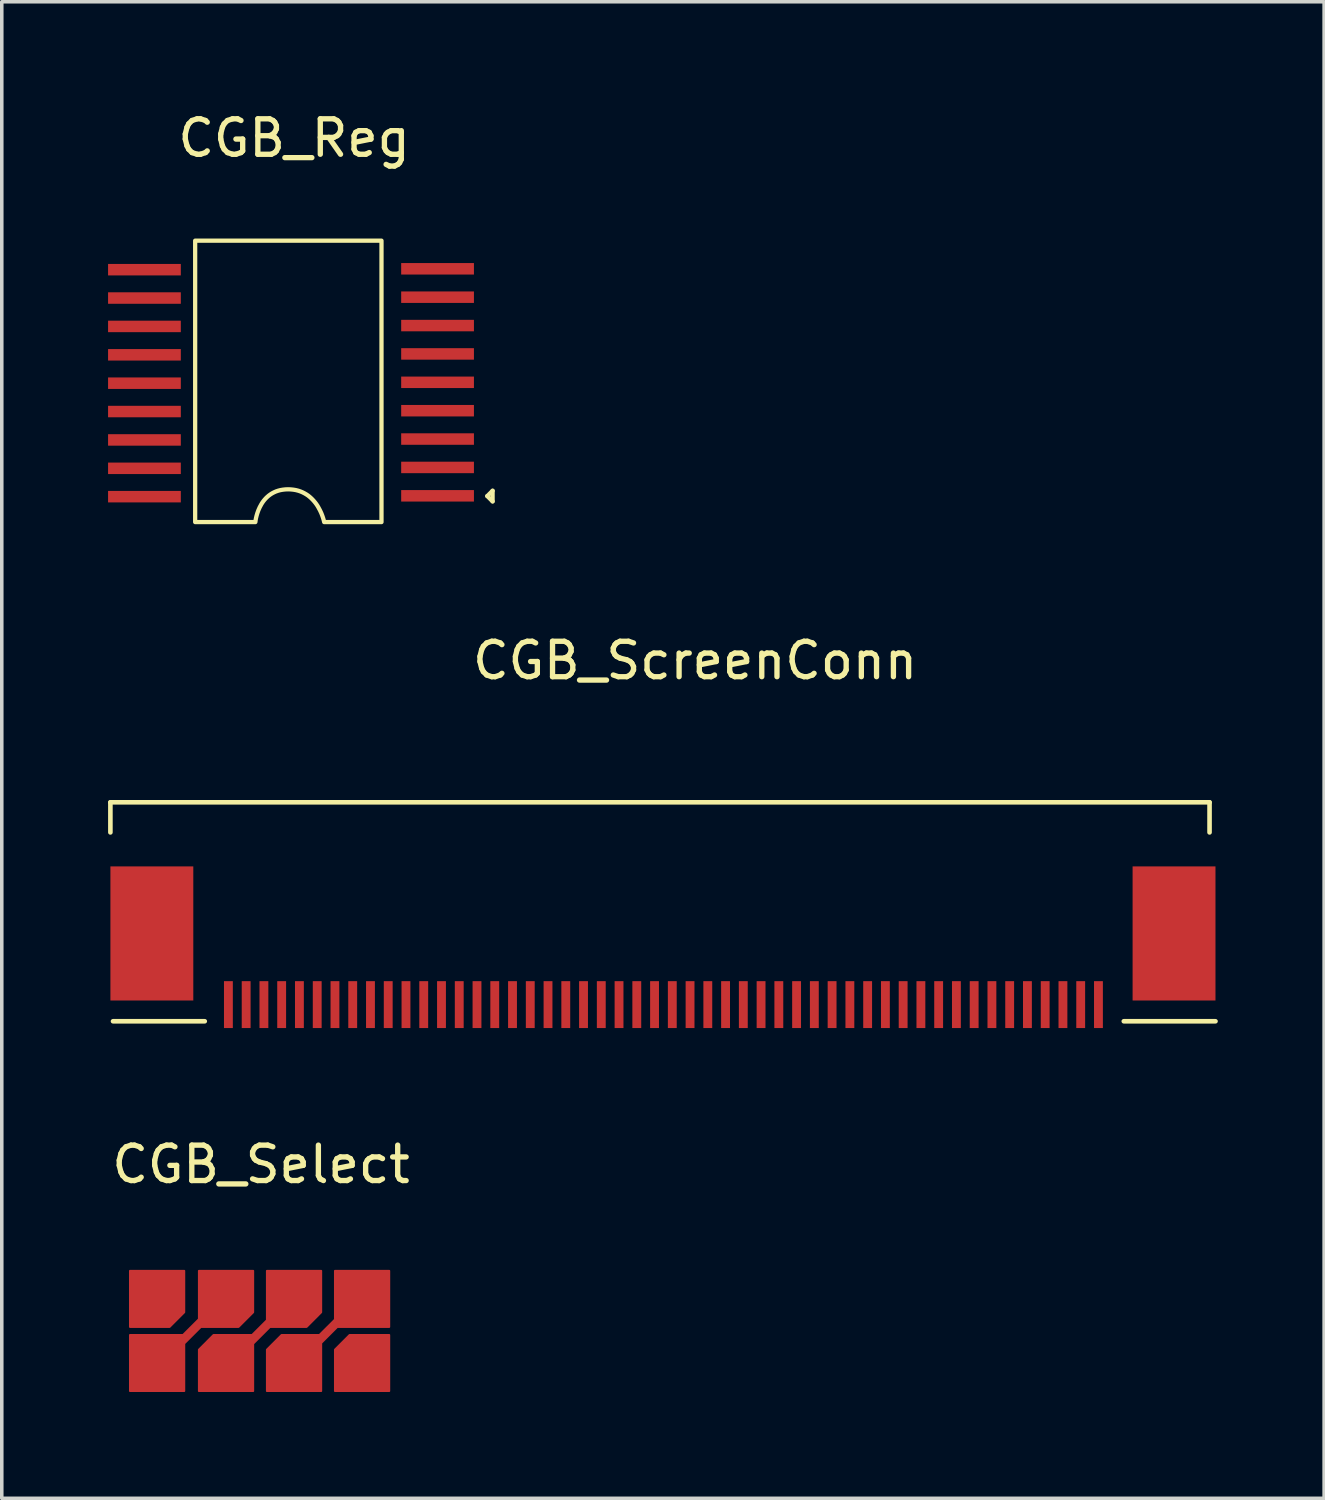
<source format=kicad_pcb>
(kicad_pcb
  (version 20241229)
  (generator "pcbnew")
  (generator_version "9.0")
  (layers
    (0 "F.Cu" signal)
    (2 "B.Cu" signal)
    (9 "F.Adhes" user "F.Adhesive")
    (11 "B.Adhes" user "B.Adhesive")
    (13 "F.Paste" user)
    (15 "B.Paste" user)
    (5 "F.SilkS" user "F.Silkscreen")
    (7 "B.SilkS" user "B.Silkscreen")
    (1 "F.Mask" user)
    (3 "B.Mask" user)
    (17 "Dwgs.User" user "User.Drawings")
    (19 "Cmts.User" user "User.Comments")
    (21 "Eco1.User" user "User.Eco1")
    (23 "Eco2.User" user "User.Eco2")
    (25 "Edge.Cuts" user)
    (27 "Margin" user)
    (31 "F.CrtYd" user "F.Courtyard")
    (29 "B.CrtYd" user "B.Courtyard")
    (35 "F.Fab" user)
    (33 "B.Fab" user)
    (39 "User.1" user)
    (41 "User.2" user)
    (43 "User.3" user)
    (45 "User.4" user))
  (footprint "CGB_Select"
    (layer "F.Cu")
    (at 4.315 30.308)
    (property "Reference" "CGB_Select" (at 0 -0.5 0) (unlocked yes) (layer "F.SilkS") (effects (font (size 1 1) (thickness 0.15))))
    (attr smd)
    (pad "1" smd custom (at -3.1 3.25) (size 0.443 0.512) (layers "F.Cu" "F.Mask" "F.Paste") (options (anchor circle)) (primitives (gr_poly (pts (xy -0.222 -0.145) (xy -0.213 -0.188) (xy -0.189 -0.224) (xy -0.153 -0.248) (xy -0.111 -0.256) (xy 0.111 -0.256) (xy 0.153 -0.248) (xy 0.189 -0.224) (xy 0.213 -0.188) (xy 0.222 -0.145) (xy 0.222 0.145) (xy 0.213 0.188) (xy 0.189 0.224) (xy 0.153 0.248) (xy 0.111 0.256) (xy -0.111 0.256) (xy -0.153 0.248) (xy -0.189 0.224) (xy -0.213 0.188) (xy -0.222 0.145)) (width 0) (fill yes)) (gr_poly (pts (xy 0.937 -0.75) (xy 0.937 0.423) (xy 0.522 0.838) (xy -0.6 0.838) (xy -0.6 -0.75)) (width 0.05) (fill yes))))
    (pad "1" smd custom (at -0.95 5.3) (size 0.443 0.512) (layers "F.Cu" "F.Mask" "F.Paste") (options (anchor circle)) (primitives (gr_poly (pts (xy -0.222 -0.145) (xy -0.213 -0.188) (xy -0.189 -0.224) (xy -0.153 -0.248) (xy -0.111 -0.256) (xy 0.111 -0.256) (xy 0.153 -0.248) (xy 0.189 -0.224) (xy 0.213 -0.188) (xy 0.222 -0.145) (xy 0.222 0.145) (xy 0.213 0.188) (xy 0.189 0.224) (xy 0.153 0.248) (xy 0.111 0.256) (xy -0.111 0.256) (xy -0.153 0.248) (xy -0.189 0.224) (xy -0.213 0.188) (xy -0.222 0.145)) (width 0) (fill yes)) (gr_poly (pts (xy -0.805 -0.575) (xy -0.391 -0.99) (xy 0.732 -0.99) (xy 0.732 0.597) (xy -0.805 0.597)) (width 0.05) (fill yes)) (gr_line (start 0.325 -0.475) (end 1.5 -1.65) (width 0.25)) (gr_poly (pts (xy 1.114 -1.212) (xy 1.114 -2.8) (xy 2.651 -2.8) (xy 2.651 -1.627) (xy 2.237 -1.212)) (width 0.05) (fill yes))))
    (pad "1" smd custom (at 2.75 5.3) (size 0.443 0.512) (layers "F.Cu" "F.Mask" "F.Paste") (options (anchor circle)) (primitives (gr_poly (pts (xy -0.222 -0.145) (xy -0.213 -0.188) (xy -0.189 -0.224) (xy -0.153 -0.248) (xy -0.111 -0.256) (xy 0.111 -0.256) (xy 0.153 -0.248) (xy 0.189 -0.224) (xy 0.213 -0.188) (xy 0.222 -0.145) (xy 0.222 0.145) (xy 0.213 0.188) (xy 0.189 0.224) (xy 0.153 0.248) (xy 0.111 0.256) (xy -0.111 0.256) (xy -0.153 0.248) (xy -0.189 0.224) (xy -0.213 0.188) (xy -0.222 0.145)) (width 0) (fill yes)) (gr_poly (pts (xy 0.871 -0.99) (xy 0.871 0.597) (xy -0.666 0.597) (xy -0.666 -0.575) (xy -0.252 -0.99)) (width 0.05) (fill yes))))
    (pad "2" smd custom (at -2.85 5.1) (size 0.443 0.512) (layers "F.Cu" "F.Mask" "F.Paste") (options (anchor circle)) (primitives (gr_poly (pts (xy -0.222 -0.145) (xy -0.213 -0.188) (xy -0.189 -0.224) (xy -0.153 -0.248) (xy -0.111 -0.256) (xy 0.111 -0.256) (xy 0.153 -0.248) (xy 0.189 -0.224) (xy 0.213 -0.188) (xy 0.222 -0.145) (xy 0.222 0.145) (xy 0.213 0.188) (xy 0.189 0.224) (xy 0.153 0.248) (xy 0.111 0.256) (xy -0.111 0.256) (xy -0.153 0.248) (xy -0.189 0.224) (xy -0.213 0.188) (xy -0.222 0.145)) (width 0) (fill yes)) (gr_poly (pts (xy -0.85 -0.79) (xy -0.85 0.797) (xy 0.687 0.797) (xy 0.687 -0.79)) (width 0.05) (fill yes)) (gr_line (start 0.312 -0.312) (end 1.488 -1.488) (width 0.25)) (gr_poly (pts (xy 1.095 -1.012) (xy 1.095 -2.6) (xy 2.632 -2.6) (xy 2.632 -1.427) (xy 2.217 -1.012)) (width 0.05) (fill yes))))
    (pad "2" smd custom (at 0.85 5.15) (size 0.443 0.512) (layers "F.Cu" "F.Mask" "F.Paste") (options (anchor circle)) (primitives (gr_poly (pts (xy -0.222 -0.145) (xy -0.213 -0.188) (xy -0.189 -0.224) (xy -0.153 -0.248) (xy -0.111 -0.256) (xy 0.111 -0.256) (xy 0.153 -0.248) (xy 0.189 -0.224) (xy 0.213 -0.188) (xy 0.222 -0.145) (xy 0.222 0.145) (xy 0.213 0.188) (xy 0.189 0.224) (xy 0.153 0.248) (xy 0.111 0.256) (xy -0.111 0.256) (xy -0.153 0.248) (xy -0.189 0.224) (xy -0.213 0.188) (xy -0.222 0.145)) (width 0) (fill yes)) (gr_poly (pts (xy 0.851 -0.84) (xy 0.851 0.747) (xy -0.686 0.747) (xy -0.686 -0.425) (xy -0.271 -0.84)) (width 0.05) (fill yes)) (gr_line (start 0.425 -0.325) (end 1.6 -1.5) (width 0.25)) (gr_poly (pts (xy 1.234 -2.65) (xy 1.234 -1.062) (xy 2.771 -1.062) (xy 2.771 -2.65)) (width 0.05) (fill yes)))))
  (footprint "CGB_ScreenConn"
    (layer "F.Cu")
    (at 16.565 16.09)
    (property "Reference" "CGB_ScreenConn" (at 0 -0.5 0) (unlocked yes) (layer "F.SilkS") (effects (font (size 1 1) (thickness 0.15))))
    (attr smd)
    (fp_line (start -16.5 3.5) (end 14.516 3.5) (stroke (width 0.13) (type solid)) (layer "F.SilkS"))
    (fp_line (start -16.5 4.349) (end -16.5 3.5) (stroke (width 0.13) (type solid)) (layer "F.SilkS"))
    (fp_line (start -13.837 9.678) (end -16.426 9.678) (stroke (width 0.13) (type solid)) (layer "F.SilkS"))
    (fp_line (start 14.516 3.5) (end 14.516 4.349) (stroke (width 0.13) (type solid)) (layer "F.SilkS"))
    (fp_line (start 14.684 9.678) (end 12.096 9.678) (stroke (width 0.13) (type solid)) (layer "F.SilkS"))
    (pad "" smd rect (at -15.33 7.2) (size 2.339 3.784) (layers "F.Cu" "F.Mask" "F.Paste"))
    (pad "" smd rect (at 13.514 7.2) (size 2.339 3.784) (layers "F.Cu" "F.Mask" "F.Paste"))
    (pad "1" smd rect (at 11.381 9.208) (size 0.25 1.323) (layers "F.Cu" "F.Mask" "F.Paste"))
    (pad "2" smd rect (at 10.88 9.208) (size 0.25 1.323) (layers "F.Cu" "F.Mask" "F.Paste"))
    (pad "3" smd rect (at 10.379 9.208) (size 0.25 1.323) (layers "F.Cu" "F.Mask" "F.Paste"))
    (pad "4" smd rect (at 9.878 9.208) (size 0.25 1.323) (layers "F.Cu" "F.Mask" "F.Paste"))
    (pad "5" smd rect (at 9.377 9.208) (size 0.25 1.323) (layers "F.Cu" "F.Mask" "F.Paste"))
    (pad "6" smd rect (at 8.876 9.208) (size 0.25 1.323) (layers "F.Cu" "F.Mask" "F.Paste"))
    (pad "7" smd rect (at 8.375 9.208) (size 0.25 1.323) (layers "F.Cu" "F.Mask" "F.Paste"))
    (pad "8" smd rect (at 7.874 9.208) (size 0.25 1.323) (layers "F.Cu" "F.Mask" "F.Paste"))
    (pad "9" smd rect (at 7.373 9.208) (size 0.25 1.323) (layers "F.Cu" "F.Mask" "F.Paste"))
    (pad "10" smd rect (at 6.872 9.208) (size 0.25 1.323) (layers "F.Cu" "F.Mask" "F.Paste"))
    (pad "11" smd rect (at 6.371 9.208) (size 0.25 1.323) (layers "F.Cu" "F.Mask" "F.Paste"))
    (pad "12" smd rect (at 5.87 9.208) (size 0.25 1.323) (layers "F.Cu" "F.Mask" "F.Paste"))
    (pad "13" smd rect (at 5.369 9.208) (size 0.25 1.323) (layers "F.Cu" "F.Mask" "F.Paste"))
    (pad "14" smd rect (at 4.868 9.208) (size 0.25 1.323) (layers "F.Cu" "F.Mask" "F.Paste"))
    (pad "15" smd rect (at 4.367 9.208) (size 0.25 1.323) (layers "F.Cu" "F.Mask" "F.Paste"))
    (pad "16" smd rect (at 3.865 9.208) (size 0.25 1.323) (layers "F.Cu" "F.Mask" "F.Paste"))
    (pad "17" smd rect (at 3.364 9.208) (size 0.25 1.323) (layers "F.Cu" "F.Mask" "F.Paste"))
    (pad "18" smd rect (at 2.863 9.208) (size 0.25 1.323) (layers "F.Cu" "F.Mask" "F.Paste"))
    (pad "19" smd rect (at 2.362 9.208) (size 0.25 1.323) (layers "F.Cu" "F.Mask" "F.Paste"))
    (pad "20" smd rect (at 1.861 9.208) (size 0.25 1.323) (layers "F.Cu" "F.Mask" "F.Paste"))
    (pad "21" smd rect (at 1.36 9.208) (size 0.25 1.323) (layers "F.Cu" "F.Mask" "F.Paste"))
    (pad "22" smd rect (at 0.859 9.208) (size 0.25 1.323) (layers "F.Cu" "F.Mask" "F.Paste"))
    (pad "23" smd rect (at 0.358 9.208) (size 0.25 1.323) (layers "F.Cu" "F.Mask" "F.Paste"))
    (pad "24" smd rect (at -0.143 9.208) (size 0.25 1.323) (layers "F.Cu" "F.Mask" "F.Paste"))
    (pad "25" smd rect (at -0.644 9.208) (size 0.25 1.323) (layers "F.Cu" "F.Mask" "F.Paste"))
    (pad "26" smd rect (at -1.145 9.208) (size 0.25 1.323) (layers "F.Cu" "F.Mask" "F.Paste"))
    (pad "27" smd rect (at -1.646 9.208) (size 0.25 1.323) (layers "F.Cu" "F.Mask" "F.Paste"))
    (pad "28" smd rect (at -2.147 9.208) (size 0.25 1.323) (layers "F.Cu" "F.Mask" "F.Paste"))
    (pad "29" smd rect (at -2.648 9.208) (size 0.25 1.323) (layers "F.Cu" "F.Mask" "F.Paste"))
    (pad "30" smd rect (at -3.149 9.208) (size 0.25 1.323) (layers "F.Cu" "F.Mask" "F.Paste"))
    (pad "31" smd rect (at -3.65 9.208) (size 0.25 1.323) (layers "F.Cu" "F.Mask" "F.Paste"))
    (pad "32" smd rect (at -4.151 9.208) (size 0.25 1.323) (layers "F.Cu" "F.Mask" "F.Paste"))
    (pad "33" smd rect (at -4.652 9.208) (size 0.25 1.323) (layers "F.Cu" "F.Mask" "F.Paste"))
    (pad "34" smd rect (at -5.153 9.208) (size 0.25 1.323) (layers "F.Cu" "F.Mask" "F.Paste"))
    (pad "35" smd rect (at -5.654 9.208) (size 0.25 1.323) (layers "F.Cu" "F.Mask" "F.Paste"))
    (pad "36" smd rect (at -6.155 9.208) (size 0.25 1.323) (layers "F.Cu" "F.Mask" "F.Paste"))
    (pad "37" smd rect (at -6.656 9.208) (size 0.25 1.323) (layers "F.Cu" "F.Mask" "F.Paste"))
    (pad "38" smd rect (at -7.157 9.208) (size 0.25 1.323) (layers "F.Cu" "F.Mask" "F.Paste"))
    (pad "39" smd rect (at -7.658 9.208) (size 0.25 1.323) (layers "F.Cu" "F.Mask" "F.Paste"))
    (pad "40" smd rect (at -8.159 9.208) (size 0.25 1.323) (layers "F.Cu" "F.Mask" "F.Paste"))
    (pad "41" smd rect (at -8.66 9.208) (size 0.25 1.323) (layers "F.Cu" "F.Mask" "F.Paste"))
    (pad "42" smd rect (at -9.161 9.208) (size 0.25 1.323) (layers "F.Cu" "F.Mask" "F.Paste"))
    (pad "43" smd rect (at -9.662 9.208) (size 0.25 1.323) (layers "F.Cu" "F.Mask" "F.Paste"))
    (pad "44" smd rect (at -10.163 9.208) (size 0.25 1.323) (layers "F.Cu" "F.Mask" "F.Paste"))
    (pad "45" smd rect (at -10.664 9.208) (size 0.25 1.323) (layers "F.Cu" "F.Mask" "F.Paste"))
    (pad "46" smd rect (at -11.166 9.208) (size 0.25 1.323) (layers "F.Cu" "F.Mask" "F.Paste"))
    (pad "47" smd rect (at -11.667 9.208) (size 0.25 1.323) (layers "F.Cu" "F.Mask" "F.Paste"))
    (pad "48" smd rect (at -12.168 9.208) (size 0.25 1.323) (layers "F.Cu" "F.Mask" "F.Paste"))
    (pad "49" smd rect (at -12.669 9.208) (size 0.25 1.323) (layers "F.Cu" "F.Mask" "F.Paste"))
    (pad "50" smd rect (at -13.17 9.208) (size 0.25 1.323) (layers "F.Cu" "F.Mask" "F.Paste")))
  (footprint "CGB_Reg"
    (layer "F.Cu")
    (at 5.25 1.348)
    (property "Reference" "CGB_Reg" (at 0 -0.5 0) (unlocked yes) (layer "F.SilkS") (effects (font (size 1 1) (thickness 0.15))))
    (attr smd)
    (fp_line (start 5.45 9.6) (end 5.6 9.45) (stroke (width 0.12) (type default)) (layer "F.SilkS"))
    (fp_line (start 5.45 9.6) (end 5.6 9.75) (stroke (width 0.12) (type default)) (layer "F.SilkS"))
    (fp_line (start 5.6 9.75) (end 5.6 9.45) (stroke (width 0.12) (type default)) (layer "F.SilkS"))
    (fp_poly (pts (xy -1.094 10.334) (xy -2.793 10.334) (xy -2.793 2.393) (xy 2.465 2.393) (xy 2.465 10.334) (xy 0.847 10.334) (xy 0.845 10.323) (xy 0.833 10.273) (xy 0.817 10.22) (xy 0.795 10.155) (xy 0.766 10.081) (xy 0.728 10) (xy 0.682 9.915) (xy 0.656 9.871) (xy 0.627 9.828) (xy 0.595 9.785) (xy 0.56 9.743) (xy 0.523 9.702) (xy 0.483 9.662) (xy 0.441 9.624) (xy 0.395 9.587) (xy 0.346 9.554) (xy 0.293 9.523) (xy 0.238 9.495) (xy 0.179 9.47) (xy 0.117 9.449) (xy 0.051 9.432) (xy -0.019 9.42) (xy -0.093 9.412) (xy -0.17 9.409) (xy -0.247 9.412) (xy -0.319 9.42) (xy -0.388 9.432) (xy -0.452 9.449) (xy -0.513 9.47) (xy -0.569 9.495) (xy -0.622 9.523) (xy -0.671 9.554) (xy -0.716 9.587) (xy -0.759 9.624) (xy -0.798 9.662) (xy -0.834 9.702) (xy -0.867 9.743) (xy -0.897 9.785) (xy -0.924 9.828) (xy -0.971 9.915) (xy -1.009 10) (xy -1.038 10.081) (xy -1.06 10.155) (xy -1.076 10.22) (xy -1.086 10.273) (xy -1.094 10.334)) (stroke (width 0.12) (type solid)) (fill no) (layer "F.SilkS"))
    (pad "1" smd rect (at 4.047 9.593 90) (size 0.324 2.053) (layers "F.Cu" "F.Mask" "F.Paste"))
    (pad "2" smd rect (at 4.047 8.792 90) (size 0.324 2.053) (layers "F.Cu" "F.Mask" "F.Paste"))
    (pad "3" smd rect (at 4.047 7.991 90) (size 0.324 2.053) (layers "F.Cu" "F.Mask" "F.Paste"))
    (pad "4" smd rect (at 4.047 7.191 90) (size 0.324 2.053) (layers "F.Cu" "F.Mask" "F.Paste"))
    (pad "5" smd rect (at 4.047 6.39 90) (size 0.324 2.053) (layers "F.Cu" "F.Mask" "F.Paste"))
    (pad "6" smd rect (at 4.047 5.589 90) (size 0.324 2.053) (layers "F.Cu" "F.Mask" "F.Paste"))
    (pad "7" smd rect (at 4.047 4.789 90) (size 0.324 2.053) (layers "F.Cu" "F.Mask" "F.Paste"))
    (pad "8" smd rect (at 4.047 3.988 90) (size 0.324 2.053) (layers "F.Cu" "F.Mask" "F.Paste"))
    (pad "9" smd rect (at 4.047 3.187 90) (size 0.324 2.053) (layers "F.Cu" "F.Mask" "F.Paste"))
    (pad "10" smd rect (at -4.224 3.212 90) (size 0.324 2.053) (layers "F.Cu" "F.Mask" "F.Paste"))
    (pad "11" smd rect (at -4.224 4.012 90) (size 0.324 2.053) (layers "F.Cu" "F.Mask" "F.Paste"))
    (pad "12" smd rect (at -4.224 4.813 90) (size 0.324 2.053) (layers "F.Cu" "F.Mask" "F.Paste"))
    (pad "13" smd rect (at -4.224 5.614 90) (size 0.324 2.053) (layers "F.Cu" "F.Mask" "F.Paste"))
    (pad "14" smd rect (at -4.224 6.415 90) (size 0.324 2.053) (layers "F.Cu" "F.Mask" "F.Paste"))
    (pad "15" smd rect (at -4.224 7.215 90) (size 0.324 2.053) (layers "F.Cu" "F.Mask" "F.Paste"))
    (pad "16" smd rect (at -4.224 8.016 90) (size 0.324 2.053) (layers "F.Cu" "F.Mask" "F.Paste"))
    (pad "17" smd rect (at -4.224 8.817 90) (size 0.324 2.053) (layers "F.Cu" "F.Mask" "F.Paste"))
    (pad "18" smd rect (at -4.224 9.617 90) (size 0.324 2.053) (layers "F.Cu" "F.Mask" "F.Paste")))
  (gr_rect
    (start -3 -3)
    (end 34.314 39.23)
    (stroke (width 0.1) (type default))
    (fill no)
    (layer "Edge.Cuts")))
</source>
